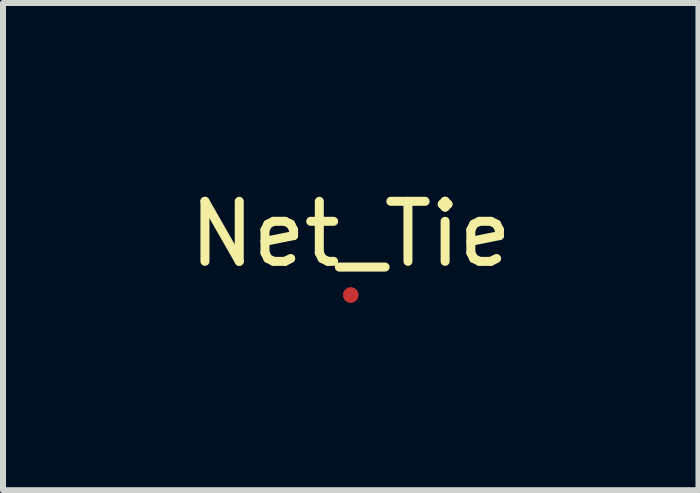
<source format=kicad_pcb>
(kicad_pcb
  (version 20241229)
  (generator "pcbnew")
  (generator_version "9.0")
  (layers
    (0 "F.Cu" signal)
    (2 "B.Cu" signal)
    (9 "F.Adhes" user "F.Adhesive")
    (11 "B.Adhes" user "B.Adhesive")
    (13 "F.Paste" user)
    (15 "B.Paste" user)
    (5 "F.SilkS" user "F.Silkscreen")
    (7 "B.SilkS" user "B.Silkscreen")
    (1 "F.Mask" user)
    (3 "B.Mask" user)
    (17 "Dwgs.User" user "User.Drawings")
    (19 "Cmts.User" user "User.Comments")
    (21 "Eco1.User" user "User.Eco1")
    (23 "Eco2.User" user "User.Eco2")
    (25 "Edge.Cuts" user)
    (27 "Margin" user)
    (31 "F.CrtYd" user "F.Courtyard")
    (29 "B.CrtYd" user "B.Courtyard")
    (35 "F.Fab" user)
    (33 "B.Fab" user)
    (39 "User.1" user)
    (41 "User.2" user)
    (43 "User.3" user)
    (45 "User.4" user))
  (footprint "Net_Tie"
    (layer "F.Cu")
    (at 2.792 1.864)
    (property "Reference" "Net_Tie" (at 0 -1.016 0) (unlocked yes) (layer "F.SilkS") (effects (font (size 1 1) (thickness 0.15))))
    (attr exclude_from_pos_files exclude_from_bom allow_missing_courtyard)
    (pad "1" smd circle (at 0 0) (size 0.254 0.254) (layers "F.Cu"))
    (pad "2" smd circle (at 0 0) (size 0.254 0.254) (layers "F.Cu")))
  (gr_rect
    (start -3 -3)
    (end 8.583 5.114)
    (stroke (width 0.1) (type default))
    (fill no)
    (layer "Edge.Cuts")))
</source>
